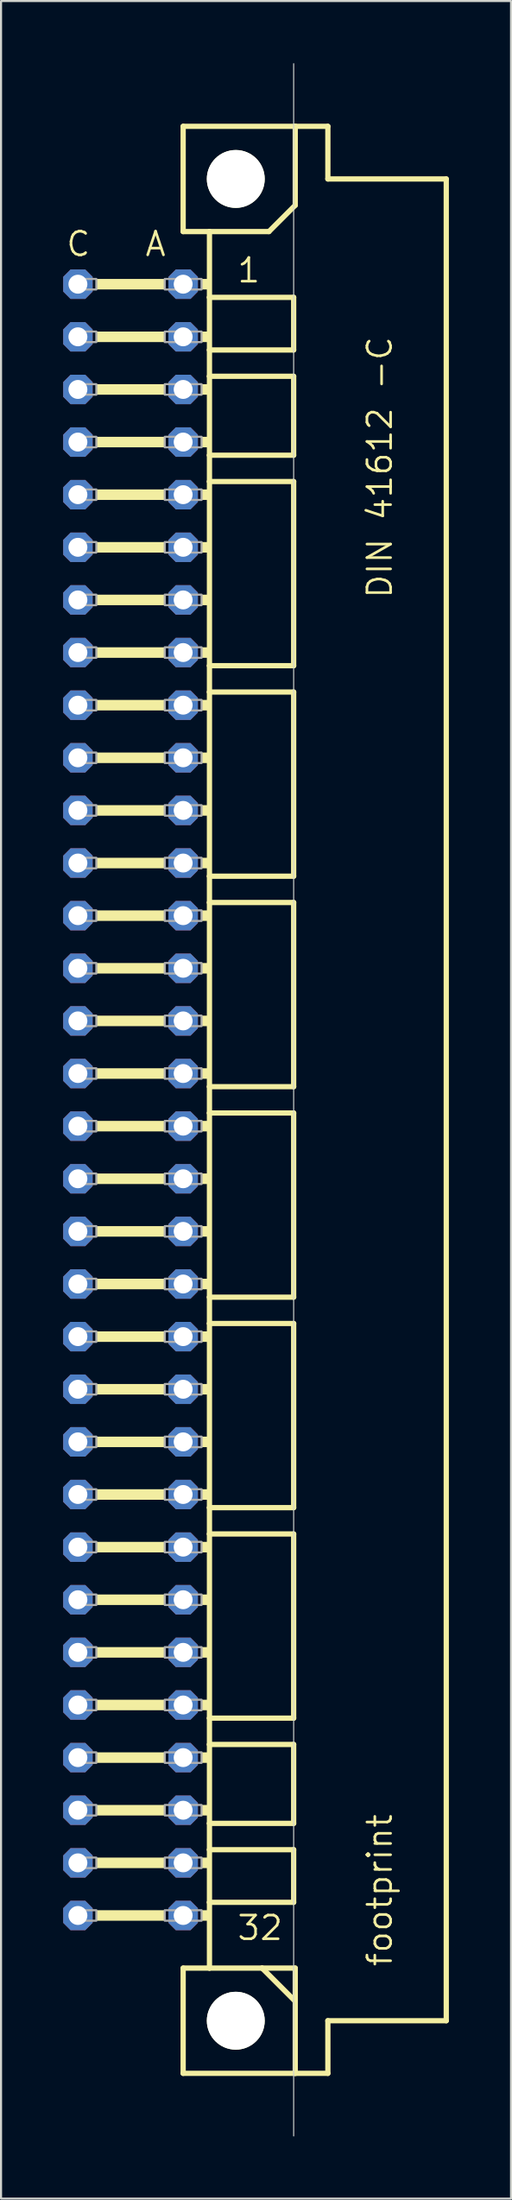
<source format=kicad_pcb>
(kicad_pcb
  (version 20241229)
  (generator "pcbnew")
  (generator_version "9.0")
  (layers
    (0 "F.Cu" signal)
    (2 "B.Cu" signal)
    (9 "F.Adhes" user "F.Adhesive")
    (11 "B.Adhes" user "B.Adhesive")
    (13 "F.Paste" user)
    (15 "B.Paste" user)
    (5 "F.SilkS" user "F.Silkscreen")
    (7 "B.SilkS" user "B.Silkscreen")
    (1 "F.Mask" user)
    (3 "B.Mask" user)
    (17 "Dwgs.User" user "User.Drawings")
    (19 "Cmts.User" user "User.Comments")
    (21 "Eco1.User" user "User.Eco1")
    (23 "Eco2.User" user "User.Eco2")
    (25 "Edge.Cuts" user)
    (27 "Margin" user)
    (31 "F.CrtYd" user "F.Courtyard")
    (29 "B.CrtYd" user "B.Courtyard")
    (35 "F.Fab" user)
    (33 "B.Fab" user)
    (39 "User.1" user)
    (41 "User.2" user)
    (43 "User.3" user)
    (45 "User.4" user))
  (footprint "footprint"
    (layer "F.Cu")
    (at 8.331 50.038)
    (property "Reference" "footprint" (at 7.62 41.91 90) (layer "F.SilkS") (effects (font (size 1.143 1.143) (thickness 0.127)) (justify left bottom)))
    (fp_line (start -2.54 -46.99) (end -2.54 -41.91) (stroke (width 0.254) (type solid)) (layer "F.SilkS"))
    (fp_line (start -2.54 -41.91) (end -1.27 -41.91) (stroke (width 0.254) (type solid)) (layer "F.SilkS"))
    (fp_line (start -2.54 41.91) (end -2.54 46.99) (stroke (width 0.254) (type solid)) (layer "F.SilkS"))
    (fp_line (start -2.54 41.91) (end -1.27 41.91) (stroke (width 0.254) (type solid)) (layer "F.SilkS"))
    (fp_line (start -2.54 46.99) (end 2.87 46.99) (stroke (width 0.254) (type solid)) (layer "F.SilkS"))
    (fp_line (start -1.27 -41.91) (end -1.27 -38.735) (stroke (width 0.254) (type solid)) (layer "F.SilkS"))
    (fp_line (start -1.27 -41.91) (end 1.6 -41.91) (stroke (width 0.254) (type solid)) (layer "F.SilkS"))
    (fp_line (start -1.27 -38.735) (end -1.27 -36.195) (stroke (width 0.254) (type solid)) (layer "F.SilkS"))
    (fp_line (start -1.27 -36.195) (end -1.27 -34.925) (stroke (width 0.254) (type solid)) (layer "F.SilkS"))
    (fp_line (start -1.27 -34.925) (end -1.27 -31.115) (stroke (width 0.254) (type solid)) (layer "F.SilkS"))
    (fp_line (start -1.27 -31.115) (end -1.27 -29.845) (stroke (width 0.254) (type solid)) (layer "F.SilkS"))
    (fp_line (start -1.27 -29.845) (end -1.27 -20.955) (stroke (width 0.254) (type solid)) (layer "F.SilkS"))
    (fp_line (start -1.27 -20.955) (end -1.27 -19.685) (stroke (width 0.254) (type solid)) (layer "F.SilkS"))
    (fp_line (start -1.27 -19.685) (end -1.27 -10.795) (stroke (width 0.254) (type solid)) (layer "F.SilkS"))
    (fp_line (start -1.27 -10.795) (end -1.27 -9.525) (stroke (width 0.254) (type solid)) (layer "F.SilkS"))
    (fp_line (start -1.27 -9.525) (end -1.27 -0.635) (stroke (width 0.254) (type solid)) (layer "F.SilkS"))
    (fp_line (start -1.27 -0.635) (end -1.27 0.635) (stroke (width 0.254) (type solid)) (layer "F.SilkS"))
    (fp_line (start -1.27 0.635) (end -1.27 9.525) (stroke (width 0.254) (type solid)) (layer "F.SilkS"))
    (fp_line (start -1.27 9.525) (end -1.27 10.795) (stroke (width 0.254) (type solid)) (layer "F.SilkS"))
    (fp_line (start -1.27 10.795) (end -1.27 19.685) (stroke (width 0.254) (type solid)) (layer "F.SilkS"))
    (fp_line (start -1.27 19.685) (end -1.27 20.955) (stroke (width 0.254) (type solid)) (layer "F.SilkS"))
    (fp_line (start -1.27 20.955) (end -1.27 29.845) (stroke (width 0.254) (type solid)) (layer "F.SilkS"))
    (fp_line (start -1.27 29.845) (end -1.27 31.115) (stroke (width 0.254) (type solid)) (layer "F.SilkS"))
    (fp_line (start -1.27 31.115) (end -1.27 34.925) (stroke (width 0.254) (type solid)) (layer "F.SilkS"))
    (fp_line (start -1.27 34.925) (end -1.27 36.195) (stroke (width 0.254) (type solid)) (layer "F.SilkS"))
    (fp_line (start -1.27 36.195) (end -1.27 38.735) (stroke (width 0.254) (type solid)) (layer "F.SilkS"))
    (fp_line (start -1.27 38.735) (end -1.27 41.91) (stroke (width 0.254) (type solid)) (layer "F.SilkS"))
    (fp_line (start -1.27 41.91) (end 1.27 41.91) (stroke (width 0.254) (type solid)) (layer "F.SilkS"))
    (fp_line (start 1.27 41.91) (end 2.87 41.91) (stroke (width 0.254) (type solid)) (layer "F.SilkS"))
    (fp_line (start 1.6 -41.91) (end 2.87 -43.18) (stroke (width 0.254) (type solid)) (layer "F.SilkS"))
    (fp_line (start 2.794 -38.735) (end -1.27 -38.735) (stroke (width 0.254) (type solid)) (layer "F.SilkS"))
    (fp_line (start 2.794 -38.735) (end 2.794 -36.195) (stroke (width 0.254) (type solid)) (layer "F.SilkS"))
    (fp_line (start 2.794 -36.195) (end -1.27 -36.195) (stroke (width 0.254) (type solid)) (layer "F.SilkS"))
    (fp_line (start 2.794 -34.925) (end -1.27 -34.925) (stroke (width 0.254) (type solid)) (layer "F.SilkS"))
    (fp_line (start 2.794 -34.925) (end 2.794 -31.115) (stroke (width 0.254) (type solid)) (layer "F.SilkS"))
    (fp_line (start 2.794 -31.115) (end -1.27 -31.115) (stroke (width 0.254) (type solid)) (layer "F.SilkS"))
    (fp_line (start 2.794 -29.845) (end -1.27 -29.845) (stroke (width 0.254) (type solid)) (layer "F.SilkS"))
    (fp_line (start 2.794 -29.845) (end 2.794 -20.955) (stroke (width 0.254) (type solid)) (layer "F.SilkS"))
    (fp_line (start 2.794 -20.955) (end -1.27 -20.955) (stroke (width 0.254) (type solid)) (layer "F.SilkS"))
    (fp_line (start 2.794 -19.685) (end -1.27 -19.685) (stroke (width 0.254) (type solid)) (layer "F.SilkS"))
    (fp_line (start 2.794 -19.685) (end 2.794 -10.795) (stroke (width 0.254) (type solid)) (layer "F.SilkS"))
    (fp_line (start 2.794 -10.795) (end -1.27 -10.795) (stroke (width 0.254) (type solid)) (layer "F.SilkS"))
    (fp_line (start 2.794 -9.525) (end -1.27 -9.525) (stroke (width 0.254) (type solid)) (layer "F.SilkS"))
    (fp_line (start 2.794 -9.525) (end 2.794 -0.635) (stroke (width 0.254) (type solid)) (layer "F.SilkS"))
    (fp_line (start 2.794 -0.635) (end -1.27 -0.635) (stroke (width 0.254) (type solid)) (layer "F.SilkS"))
    (fp_line (start 2.794 0.635) (end -1.27 0.635) (stroke (width 0.254) (type solid)) (layer "F.SilkS"))
    (fp_line (start 2.794 0.635) (end 2.794 9.525) (stroke (width 0.254) (type solid)) (layer "F.SilkS"))
    (fp_line (start 2.794 9.525) (end -1.27 9.525) (stroke (width 0.254) (type solid)) (layer "F.SilkS"))
    (fp_line (start 2.794 10.795) (end -1.27 10.795) (stroke (width 0.254) (type solid)) (layer "F.SilkS"))
    (fp_line (start 2.794 10.795) (end 2.794 19.685) (stroke (width 0.254) (type solid)) (layer "F.SilkS"))
    (fp_line (start 2.794 19.685) (end -1.27 19.685) (stroke (width 0.254) (type solid)) (layer "F.SilkS"))
    (fp_line (start 2.794 20.955) (end -1.27 20.955) (stroke (width 0.254) (type solid)) (layer "F.SilkS"))
    (fp_line (start 2.794 20.955) (end 2.794 29.845) (stroke (width 0.254) (type solid)) (layer "F.SilkS"))
    (fp_line (start 2.794 29.845) (end -1.27 29.845) (stroke (width 0.254) (type solid)) (layer "F.SilkS"))
    (fp_line (start 2.794 31.115) (end -1.27 31.115) (stroke (width 0.254) (type solid)) (layer "F.SilkS"))
    (fp_line (start 2.794 31.115) (end 2.794 34.925) (stroke (width 0.254) (type solid)) (layer "F.SilkS"))
    (fp_line (start 2.794 34.925) (end -1.27 34.925) (stroke (width 0.254) (type solid)) (layer "F.SilkS"))
    (fp_line (start 2.794 36.195) (end -1.27 36.195) (stroke (width 0.254) (type solid)) (layer "F.SilkS"))
    (fp_line (start 2.794 36.195) (end 2.794 38.735) (stroke (width 0.254) (type solid)) (layer "F.SilkS"))
    (fp_line (start 2.794 38.735) (end -1.27 38.735) (stroke (width 0.254) (type solid)) (layer "F.SilkS"))
    (fp_line (start 2.87 -46.99) (end -2.54 -46.99) (stroke (width 0.254) (type solid)) (layer "F.SilkS"))
    (fp_line (start 2.87 -43.18) (end 2.87 -46.99) (stroke (width 0.254) (type solid)) (layer "F.SilkS"))
    (fp_line (start 2.87 41.91) (end 2.87 43.51) (stroke (width 0.254) (type solid)) (layer "F.SilkS"))
    (fp_line (start 2.87 43.51) (end 1.27 41.91) (stroke (width 0.254) (type solid)) (layer "F.SilkS"))
    (fp_line (start 2.87 43.51) (end 2.87 46.99) (stroke (width 0.254) (type solid)) (layer "F.SilkS"))
    (fp_line (start 2.87 46.99) (end 4.445 46.99) (stroke (width 0.254) (type solid)) (layer "F.SilkS"))
    (fp_line (start 4.445 -46.99) (end 2.87 -46.99) (stroke (width 0.254) (type solid)) (layer "F.SilkS"))
    (fp_line (start 4.445 -44.45) (end 4.445 -46.99) (stroke (width 0.254) (type solid)) (layer "F.SilkS"))
    (fp_line (start 4.445 44.45) (end 10.16 44.45) (stroke (width 0.254) (type solid)) (layer "F.SilkS"))
    (fp_line (start 4.445 46.99) (end 4.445 44.45) (stroke (width 0.254) (type solid)) (layer "F.SilkS"))
    (fp_line (start 10.16 -44.45) (end 4.445 -44.45) (stroke (width 0.254) (type solid)) (layer "F.SilkS"))
    (fp_line (start 10.16 44.45) (end 10.16 -44.45) (stroke (width 0.254) (type solid)) (layer "F.SilkS"))
    (fp_circle (center 0 -44.45) (end 1.27 -44.45) (stroke (width 0.254) (type solid)) (fill no) (layer "F.SilkS"))
    (fp_circle (center 0 44.45) (end 1.27 44.45) (stroke (width 0.254) (type solid)) (fill no) (layer "F.SilkS"))
    (fp_poly (pts (xy -6.731 -39.116) (xy -3.429 -39.116) (xy -3.429 -39.624) (xy -6.731 -39.624)) (stroke (width 0) (type solid)) (fill yes) (layer "F.SilkS"))
    (fp_poly (pts (xy -6.731 -36.576) (xy -3.429 -36.576) (xy -3.429 -37.084) (xy -6.731 -37.084)) (stroke (width 0) (type solid)) (fill yes) (layer "F.SilkS"))
    (fp_poly (pts (xy -6.731 -34.036) (xy -3.429 -34.036) (xy -3.429 -34.544) (xy -6.731 -34.544)) (stroke (width 0) (type solid)) (fill yes) (layer "F.SilkS"))
    (fp_poly (pts (xy -6.731 -31.496) (xy -3.429 -31.496) (xy -3.429 -32.004) (xy -6.731 -32.004)) (stroke (width 0) (type solid)) (fill yes) (layer "F.SilkS"))
    (fp_poly (pts (xy -6.731 -28.956) (xy -3.429 -28.956) (xy -3.429 -29.464) (xy -6.731 -29.464)) (stroke (width 0) (type solid)) (fill yes) (layer "F.SilkS"))
    (fp_poly (pts (xy -6.731 -26.416) (xy -3.429 -26.416) (xy -3.429 -26.924) (xy -6.731 -26.924)) (stroke (width 0) (type solid)) (fill yes) (layer "F.SilkS"))
    (fp_poly (pts (xy -6.731 -23.876) (xy -3.429 -23.876) (xy -3.429 -24.384) (xy -6.731 -24.384)) (stroke (width 0) (type solid)) (fill yes) (layer "F.SilkS"))
    (fp_poly (pts (xy -6.731 -21.336) (xy -3.429 -21.336) (xy -3.429 -21.844) (xy -6.731 -21.844)) (stroke (width 0) (type solid)) (fill yes) (layer "F.SilkS"))
    (fp_poly (pts (xy -6.731 -18.796) (xy -3.429 -18.796) (xy -3.429 -19.304) (xy -6.731 -19.304)) (stroke (width 0) (type solid)) (fill yes) (layer "F.SilkS"))
    (fp_poly (pts (xy -6.731 -16.256) (xy -3.429 -16.256) (xy -3.429 -16.764) (xy -6.731 -16.764)) (stroke (width 0) (type solid)) (fill yes) (layer "F.SilkS"))
    (fp_poly (pts (xy -6.731 -13.716) (xy -3.429 -13.716) (xy -3.429 -14.224) (xy -6.731 -14.224)) (stroke (width 0) (type solid)) (fill yes) (layer "F.SilkS"))
    (fp_poly (pts (xy -6.731 -11.176) (xy -3.429 -11.176) (xy -3.429 -11.684) (xy -6.731 -11.684)) (stroke (width 0) (type solid)) (fill yes) (layer "F.SilkS"))
    (fp_poly (pts (xy -6.731 -8.636) (xy -3.429 -8.636) (xy -3.429 -9.144) (xy -6.731 -9.144)) (stroke (width 0) (type solid)) (fill yes) (layer "F.SilkS"))
    (fp_poly (pts (xy -6.731 -6.096) (xy -3.429 -6.096) (xy -3.429 -6.604) (xy -6.731 -6.604)) (stroke (width 0) (type solid)) (fill yes) (layer "F.SilkS"))
    (fp_poly (pts (xy -6.731 -3.556) (xy -3.429 -3.556) (xy -3.429 -4.064) (xy -6.731 -4.064)) (stroke (width 0) (type solid)) (fill yes) (layer "F.SilkS"))
    (fp_poly (pts (xy -6.731 -1.016) (xy -3.429 -1.016) (xy -3.429 -1.524) (xy -6.731 -1.524)) (stroke (width 0) (type solid)) (fill yes) (layer "F.SilkS"))
    (fp_poly (pts (xy -6.731 1.524) (xy -3.429 1.524) (xy -3.429 1.016) (xy -6.731 1.016)) (stroke (width 0) (type solid)) (fill yes) (layer "F.SilkS"))
    (fp_poly (pts (xy -6.731 4.064) (xy -3.429 4.064) (xy -3.429 3.556) (xy -6.731 3.556)) (stroke (width 0) (type solid)) (fill yes) (layer "F.SilkS"))
    (fp_poly (pts (xy -6.731 6.604) (xy -3.429 6.604) (xy -3.429 6.096) (xy -6.731 6.096)) (stroke (width 0) (type solid)) (fill yes) (layer "F.SilkS"))
    (fp_poly (pts (xy -6.731 9.144) (xy -3.429 9.144) (xy -3.429 8.636) (xy -6.731 8.636)) (stroke (width 0) (type solid)) (fill yes) (layer "F.SilkS"))
    (fp_poly (pts (xy -6.731 11.684) (xy -3.429 11.684) (xy -3.429 11.176) (xy -6.731 11.176)) (stroke (width 0) (type solid)) (fill yes) (layer "F.SilkS"))
    (fp_poly (pts (xy -6.731 14.224) (xy -3.429 14.224) (xy -3.429 13.716) (xy -6.731 13.716)) (stroke (width 0) (type solid)) (fill yes) (layer "F.SilkS"))
    (fp_poly (pts (xy -6.731 16.764) (xy -3.429 16.764) (xy -3.429 16.256) (xy -6.731 16.256)) (stroke (width 0) (type solid)) (fill yes) (layer "F.SilkS"))
    (fp_poly (pts (xy -6.731 19.304) (xy -3.429 19.304) (xy -3.429 18.796) (xy -6.731 18.796)) (stroke (width 0) (type solid)) (fill yes) (layer "F.SilkS"))
    (fp_poly (pts (xy -6.731 21.844) (xy -3.429 21.844) (xy -3.429 21.336) (xy -6.731 21.336)) (stroke (width 0) (type solid)) (fill yes) (layer "F.SilkS"))
    (fp_poly (pts (xy -6.731 24.384) (xy -3.429 24.384) (xy -3.429 23.876) (xy -6.731 23.876)) (stroke (width 0) (type solid)) (fill yes) (layer "F.SilkS"))
    (fp_poly (pts (xy -6.731 26.924) (xy -3.429 26.924) (xy -3.429 26.416) (xy -6.731 26.416)) (stroke (width 0) (type solid)) (fill yes) (layer "F.SilkS"))
    (fp_poly (pts (xy -6.731 29.464) (xy -3.429 29.464) (xy -3.429 28.956) (xy -6.731 28.956)) (stroke (width 0) (type solid)) (fill yes) (layer "F.SilkS"))
    (fp_poly (pts (xy -6.731 32.004) (xy -3.429 32.004) (xy -3.429 31.496) (xy -6.731 31.496)) (stroke (width 0) (type solid)) (fill yes) (layer "F.SilkS"))
    (fp_poly (pts (xy -6.731 34.544) (xy -3.429 34.544) (xy -3.429 34.036) (xy -6.731 34.036)) (stroke (width 0) (type solid)) (fill yes) (layer "F.SilkS"))
    (fp_poly (pts (xy -6.731 37.084) (xy -3.429 37.084) (xy -3.429 36.576) (xy -6.731 36.576)) (stroke (width 0) (type solid)) (fill yes) (layer "F.SilkS"))
    (fp_poly (pts (xy -6.731 39.624) (xy -3.429 39.624) (xy -3.429 39.116) (xy -6.731 39.116)) (stroke (width 0) (type solid)) (fill yes) (layer "F.SilkS"))
    (fp_poly (pts (xy -1.651 -39.116) (xy -1.27 -39.116) (xy -1.27 -39.624) (xy -1.651 -39.624)) (stroke (width 0) (type solid)) (fill yes) (layer "F.SilkS"))
    (fp_poly (pts (xy -1.651 -36.576) (xy -1.27 -36.576) (xy -1.27 -37.084) (xy -1.651 -37.084)) (stroke (width 0) (type solid)) (fill yes) (layer "F.SilkS"))
    (fp_poly (pts (xy -1.651 -34.036) (xy -1.27 -34.036) (xy -1.27 -34.544) (xy -1.651 -34.544)) (stroke (width 0) (type solid)) (fill yes) (layer "F.SilkS"))
    (fp_poly (pts (xy -1.651 -31.496) (xy -1.27 -31.496) (xy -1.27 -32.004) (xy -1.651 -32.004)) (stroke (width 0) (type solid)) (fill yes) (layer "F.SilkS"))
    (fp_poly (pts (xy -1.651 -28.956) (xy -1.27 -28.956) (xy -1.27 -29.464) (xy -1.651 -29.464)) (stroke (width 0) (type solid)) (fill yes) (layer "F.SilkS"))
    (fp_poly (pts (xy -1.651 -26.416) (xy -1.27 -26.416) (xy -1.27 -26.924) (xy -1.651 -26.924)) (stroke (width 0) (type solid)) (fill yes) (layer "F.SilkS"))
    (fp_poly (pts (xy -1.651 -23.876) (xy -1.27 -23.876) (xy -1.27 -24.384) (xy -1.651 -24.384)) (stroke (width 0) (type solid)) (fill yes) (layer "F.SilkS"))
    (fp_poly (pts (xy -1.651 -21.336) (xy -1.27 -21.336) (xy -1.27 -21.844) (xy -1.651 -21.844)) (stroke (width 0) (type solid)) (fill yes) (layer "F.SilkS"))
    (fp_poly (pts (xy -1.651 -18.796) (xy -1.27 -18.796) (xy -1.27 -19.304) (xy -1.651 -19.304)) (stroke (width 0) (type solid)) (fill yes) (layer "F.SilkS"))
    (fp_poly (pts (xy -1.651 -16.256) (xy -1.27 -16.256) (xy -1.27 -16.764) (xy -1.651 -16.764)) (stroke (width 0) (type solid)) (fill yes) (layer "F.SilkS"))
    (fp_poly (pts (xy -1.651 -13.716) (xy -1.27 -13.716) (xy -1.27 -14.224) (xy -1.651 -14.224)) (stroke (width 0) (type solid)) (fill yes) (layer "F.SilkS"))
    (fp_poly (pts (xy -1.651 -11.176) (xy -1.27 -11.176) (xy -1.27 -11.684) (xy -1.651 -11.684)) (stroke (width 0) (type solid)) (fill yes) (layer "F.SilkS"))
    (fp_poly (pts (xy -1.651 -8.636) (xy -1.27 -8.636) (xy -1.27 -9.144) (xy -1.651 -9.144)) (stroke (width 0) (type solid)) (fill yes) (layer "F.SilkS"))
    (fp_poly (pts (xy -1.651 -6.096) (xy -1.27 -6.096) (xy -1.27 -6.604) (xy -1.651 -6.604)) (stroke (width 0) (type solid)) (fill yes) (layer "F.SilkS"))
    (fp_poly (pts (xy -1.651 -3.556) (xy -1.27 -3.556) (xy -1.27 -4.064) (xy -1.651 -4.064)) (stroke (width 0) (type solid)) (fill yes) (layer "F.SilkS"))
    (fp_poly (pts (xy -1.651 -1.016) (xy -1.27 -1.016) (xy -1.27 -1.524) (xy -1.651 -1.524)) (stroke (width 0) (type solid)) (fill yes) (layer "F.SilkS"))
    (fp_poly (pts (xy -1.651 1.524) (xy -1.27 1.524) (xy -1.27 1.016) (xy -1.651 1.016)) (stroke (width 0) (type solid)) (fill yes) (layer "F.SilkS"))
    (fp_poly (pts (xy -1.651 4.064) (xy -1.27 4.064) (xy -1.27 3.556) (xy -1.651 3.556)) (stroke (width 0) (type solid)) (fill yes) (layer "F.SilkS"))
    (fp_poly (pts (xy -1.651 6.604) (xy -1.27 6.604) (xy -1.27 6.096) (xy -1.651 6.096)) (stroke (width 0) (type solid)) (fill yes) (layer "F.SilkS"))
    (fp_poly (pts (xy -1.651 9.144) (xy -1.27 9.144) (xy -1.27 8.636) (xy -1.651 8.636)) (stroke (width 0) (type solid)) (fill yes) (layer "F.SilkS"))
    (fp_poly (pts (xy -1.651 11.684) (xy -1.27 11.684) (xy -1.27 11.176) (xy -1.651 11.176)) (stroke (width 0) (type solid)) (fill yes) (layer "F.SilkS"))
    (fp_poly (pts (xy -1.651 14.224) (xy -1.27 14.224) (xy -1.27 13.716) (xy -1.651 13.716)) (stroke (width 0) (type solid)) (fill yes) (layer "F.SilkS"))
    (fp_poly (pts (xy -1.651 16.764) (xy -1.27 16.764) (xy -1.27 16.256) (xy -1.651 16.256)) (stroke (width 0) (type solid)) (fill yes) (layer "F.SilkS"))
    (fp_poly (pts (xy -1.651 19.304) (xy -1.27 19.304) (xy -1.27 18.796) (xy -1.651 18.796)) (stroke (width 0) (type solid)) (fill yes) (layer "F.SilkS"))
    (fp_poly (pts (xy -1.651 21.844) (xy -1.27 21.844) (xy -1.27 21.336) (xy -1.651 21.336)) (stroke (width 0) (type solid)) (fill yes) (layer "F.SilkS"))
    (fp_poly (pts (xy -1.651 24.384) (xy -1.27 24.384) (xy -1.27 23.876) (xy -1.651 23.876)) (stroke (width 0) (type solid)) (fill yes) (layer "F.SilkS"))
    (fp_poly (pts (xy -1.651 26.924) (xy -1.27 26.924) (xy -1.27 26.416) (xy -1.651 26.416)) (stroke (width 0) (type solid)) (fill yes) (layer "F.SilkS"))
    (fp_poly (pts (xy -1.651 29.464) (xy -1.27 29.464) (xy -1.27 28.956) (xy -1.651 28.956)) (stroke (width 0) (type solid)) (fill yes) (layer "F.SilkS"))
    (fp_poly (pts (xy -1.651 32.004) (xy -1.27 32.004) (xy -1.27 31.496) (xy -1.651 31.496)) (stroke (width 0) (type solid)) (fill yes) (layer "F.SilkS"))
    (fp_poly (pts (xy -1.651 34.544) (xy -1.27 34.544) (xy -1.27 34.036) (xy -1.651 34.036)) (stroke (width 0) (type solid)) (fill yes) (layer "F.SilkS"))
    (fp_poly (pts (xy -1.651 37.084) (xy -1.27 37.084) (xy -1.27 36.576) (xy -1.651 36.576)) (stroke (width 0) (type solid)) (fill yes) (layer "F.SilkS"))
    (fp_poly (pts (xy -1.651 39.624) (xy -1.27 39.624) (xy -1.27 39.116) (xy -1.651 39.116)) (stroke (width 0) (type solid)) (fill yes) (layer "F.SilkS"))
    (fp_line (start 2.794 50.013) (end 2.794 -50.013) (stroke (width 0.05) (type solid)) (layer "Edge.Cuts"))
    (fp_poly (pts (xy -7.874 -39.116) (xy -6.731 -39.116) (xy -6.731 -39.624) (xy -7.874 -39.624)) (stroke (width 0.1) (type solid)) (fill no) (layer "F.Fab"))
    (fp_poly (pts (xy -7.874 -36.576) (xy -6.731 -36.576) (xy -6.731 -37.084) (xy -7.874 -37.084)) (stroke (width 0.1) (type solid)) (fill no) (layer "F.Fab"))
    (fp_poly (pts (xy -7.874 -34.036) (xy -6.731 -34.036) (xy -6.731 -34.544) (xy -7.874 -34.544)) (stroke (width 0.1) (type solid)) (fill no) (layer "F.Fab"))
    (fp_poly (pts (xy -7.874 -31.496) (xy -6.731 -31.496) (xy -6.731 -32.004) (xy -7.874 -32.004)) (stroke (width 0.1) (type solid)) (fill no) (layer "F.Fab"))
    (fp_poly (pts (xy -7.874 -28.956) (xy -6.731 -28.956) (xy -6.731 -29.464) (xy -7.874 -29.464)) (stroke (width 0.1) (type solid)) (fill no) (layer "F.Fab"))
    (fp_poly (pts (xy -7.874 -26.416) (xy -6.731 -26.416) (xy -6.731 -26.924) (xy -7.874 -26.924)) (stroke (width 0.1) (type solid)) (fill no) (layer "F.Fab"))
    (fp_poly (pts (xy -7.874 -23.876) (xy -6.731 -23.876) (xy -6.731 -24.384) (xy -7.874 -24.384)) (stroke (width 0.1) (type solid)) (fill no) (layer "F.Fab"))
    (fp_poly (pts (xy -7.874 -21.336) (xy -6.731 -21.336) (xy -6.731 -21.844) (xy -7.874 -21.844)) (stroke (width 0.1) (type solid)) (fill no) (layer "F.Fab"))
    (fp_poly (pts (xy -7.874 -18.796) (xy -6.731 -18.796) (xy -6.731 -19.304) (xy -7.874 -19.304)) (stroke (width 0.1) (type solid)) (fill no) (layer "F.Fab"))
    (fp_poly (pts (xy -7.874 -16.256) (xy -6.731 -16.256) (xy -6.731 -16.764) (xy -7.874 -16.764)) (stroke (width 0.1) (type solid)) (fill no) (layer "F.Fab"))
    (fp_poly (pts (xy -7.874 -13.716) (xy -6.731 -13.716) (xy -6.731 -14.224) (xy -7.874 -14.224)) (stroke (width 0.1) (type solid)) (fill no) (layer "F.Fab"))
    (fp_poly (pts (xy -7.874 -11.176) (xy -6.731 -11.176) (xy -6.731 -11.684) (xy -7.874 -11.684)) (stroke (width 0.1) (type solid)) (fill no) (layer "F.Fab"))
    (fp_poly (pts (xy -7.874 -8.636) (xy -6.731 -8.636) (xy -6.731 -9.144) (xy -7.874 -9.144)) (stroke (width 0.1) (type solid)) (fill no) (layer "F.Fab"))
    (fp_poly (pts (xy -7.874 -6.096) (xy -6.731 -6.096) (xy -6.731 -6.604) (xy -7.874 -6.604)) (stroke (width 0.1) (type solid)) (fill no) (layer "F.Fab"))
    (fp_poly (pts (xy -7.874 -3.556) (xy -6.731 -3.556) (xy -6.731 -4.064) (xy -7.874 -4.064)) (stroke (width 0.1) (type solid)) (fill no) (layer "F.Fab"))
    (fp_poly (pts (xy -7.874 -1.016) (xy -6.731 -1.016) (xy -6.731 -1.524) (xy -7.874 -1.524)) (stroke (width 0.1) (type solid)) (fill no) (layer "F.Fab"))
    (fp_poly (pts (xy -7.874 1.524) (xy -6.731 1.524) (xy -6.731 1.016) (xy -7.874 1.016)) (stroke (width 0.1) (type solid)) (fill no) (layer "F.Fab"))
    (fp_poly (pts (xy -7.874 4.064) (xy -6.731 4.064) (xy -6.731 3.556) (xy -7.874 3.556)) (stroke (width 0.1) (type solid)) (fill no) (layer "F.Fab"))
    (fp_poly (pts (xy -7.874 6.604) (xy -6.731 6.604) (xy -6.731 6.096) (xy -7.874 6.096)) (stroke (width 0.1) (type solid)) (fill no) (layer "F.Fab"))
    (fp_poly (pts (xy -7.874 9.144) (xy -6.731 9.144) (xy -6.731 8.636) (xy -7.874 8.636)) (stroke (width 0.1) (type solid)) (fill no) (layer "F.Fab"))
    (fp_poly (pts (xy -7.874 11.684) (xy -6.731 11.684) (xy -6.731 11.176) (xy -7.874 11.176)) (stroke (width 0.1) (type solid)) (fill no) (layer "F.Fab"))
    (fp_poly (pts (xy -7.874 14.224) (xy -6.731 14.224) (xy -6.731 13.716) (xy -7.874 13.716)) (stroke (width 0.1) (type solid)) (fill no) (layer "F.Fab"))
    (fp_poly (pts (xy -7.874 16.764) (xy -6.731 16.764) (xy -6.731 16.256) (xy -7.874 16.256)) (stroke (width 0.1) (type solid)) (fill no) (layer "F.Fab"))
    (fp_poly (pts (xy -7.874 19.304) (xy -6.731 19.304) (xy -6.731 18.796) (xy -7.874 18.796)) (stroke (width 0.1) (type solid)) (fill no) (layer "F.Fab"))
    (fp_poly (pts (xy -7.874 21.844) (xy -6.731 21.844) (xy -6.731 21.336) (xy -7.874 21.336)) (stroke (width 0.1) (type solid)) (fill no) (layer "F.Fab"))
    (fp_poly (pts (xy -7.874 24.384) (xy -6.731 24.384) (xy -6.731 23.876) (xy -7.874 23.876)) (stroke (width 0.1) (type solid)) (fill no) (layer "F.Fab"))
    (fp_poly (pts (xy -7.874 26.924) (xy -6.731 26.924) (xy -6.731 26.416) (xy -7.874 26.416)) (stroke (width 0.1) (type solid)) (fill no) (layer "F.Fab"))
    (fp_poly (pts (xy -7.874 29.464) (xy -6.731 29.464) (xy -6.731 28.956) (xy -7.874 28.956)) (stroke (width 0.1) (type solid)) (fill no) (layer "F.Fab"))
    (fp_poly (pts (xy -7.874 32.004) (xy -6.731 32.004) (xy -6.731 31.496) (xy -7.874 31.496)) (stroke (width 0.1) (type solid)) (fill no) (layer "F.Fab"))
    (fp_poly (pts (xy -7.874 34.544) (xy -6.731 34.544) (xy -6.731 34.036) (xy -7.874 34.036)) (stroke (width 0.1) (type solid)) (fill no) (layer "F.Fab"))
    (fp_poly (pts (xy -7.874 37.084) (xy -6.731 37.084) (xy -6.731 36.576) (xy -7.874 36.576)) (stroke (width 0.1) (type solid)) (fill no) (layer "F.Fab"))
    (fp_poly (pts (xy -7.874 39.624) (xy -6.731 39.624) (xy -6.731 39.116) (xy -7.874 39.116)) (stroke (width 0.1) (type solid)) (fill no) (layer "F.Fab"))
    (fp_poly (pts (xy -3.429 -39.116) (xy -1.651 -39.116) (xy -1.651 -39.624) (xy -3.429 -39.624)) (stroke (width 0.1) (type solid)) (fill no) (layer "F.Fab"))
    (fp_poly (pts (xy -3.429 -36.576) (xy -1.651 -36.576) (xy -1.651 -37.084) (xy -3.429 -37.084)) (stroke (width 0.1) (type solid)) (fill no) (layer "F.Fab"))
    (fp_poly (pts (xy -3.429 -34.036) (xy -1.651 -34.036) (xy -1.651 -34.544) (xy -3.429 -34.544)) (stroke (width 0.1) (type solid)) (fill no) (layer "F.Fab"))
    (fp_poly (pts (xy -3.429 -31.496) (xy -1.651 -31.496) (xy -1.651 -32.004) (xy -3.429 -32.004)) (stroke (width 0.1) (type solid)) (fill no) (layer "F.Fab"))
    (fp_poly (pts (xy -3.429 -28.956) (xy -1.651 -28.956) (xy -1.651 -29.464) (xy -3.429 -29.464)) (stroke (width 0.1) (type solid)) (fill no) (layer "F.Fab"))
    (fp_poly (pts (xy -3.429 -26.416) (xy -1.651 -26.416) (xy -1.651 -26.924) (xy -3.429 -26.924)) (stroke (width 0.1) (type solid)) (fill no) (layer "F.Fab"))
    (fp_poly (pts (xy -3.429 -23.876) (xy -1.651 -23.876) (xy -1.651 -24.384) (xy -3.429 -24.384)) (stroke (width 0.1) (type solid)) (fill no) (layer "F.Fab"))
    (fp_poly (pts (xy -3.429 -21.336) (xy -1.651 -21.336) (xy -1.651 -21.844) (xy -3.429 -21.844)) (stroke (width 0.1) (type solid)) (fill no) (layer "F.Fab"))
    (fp_poly (pts (xy -3.429 -18.796) (xy -1.651 -18.796) (xy -1.651 -19.304) (xy -3.429 -19.304)) (stroke (width 0.1) (type solid)) (fill no) (layer "F.Fab"))
    (fp_poly (pts (xy -3.429 -16.256) (xy -1.651 -16.256) (xy -1.651 -16.764) (xy -3.429 -16.764)) (stroke (width 0.1) (type solid)) (fill no) (layer "F.Fab"))
    (fp_poly (pts (xy -3.429 -13.716) (xy -1.651 -13.716) (xy -1.651 -14.224) (xy -3.429 -14.224)) (stroke (width 0.1) (type solid)) (fill no) (layer "F.Fab"))
    (fp_poly (pts (xy -3.429 -11.176) (xy -1.651 -11.176) (xy -1.651 -11.684) (xy -3.429 -11.684)) (stroke (width 0.1) (type solid)) (fill no) (layer "F.Fab"))
    (fp_poly (pts (xy -3.429 -8.636) (xy -1.651 -8.636) (xy -1.651 -9.144) (xy -3.429 -9.144)) (stroke (width 0.1) (type solid)) (fill no) (layer "F.Fab"))
    (fp_poly (pts (xy -3.429 -6.096) (xy -1.651 -6.096) (xy -1.651 -6.604) (xy -3.429 -6.604)) (stroke (width 0.1) (type solid)) (fill no) (layer "F.Fab"))
    (fp_poly (pts (xy -3.429 -3.556) (xy -1.651 -3.556) (xy -1.651 -4.064) (xy -3.429 -4.064)) (stroke (width 0.1) (type solid)) (fill no) (layer "F.Fab"))
    (fp_poly (pts (xy -3.429 -1.016) (xy -1.651 -1.016) (xy -1.651 -1.524) (xy -3.429 -1.524)) (stroke (width 0.1) (type solid)) (fill no) (layer "F.Fab"))
    (fp_poly (pts (xy -3.429 1.524) (xy -1.651 1.524) (xy -1.651 1.016) (xy -3.429 1.016)) (stroke (width 0.1) (type solid)) (fill no) (layer "F.Fab"))
    (fp_poly (pts (xy -3.429 4.064) (xy -1.651 4.064) (xy -1.651 3.556) (xy -3.429 3.556)) (stroke (width 0.1) (type solid)) (fill no) (layer "F.Fab"))
    (fp_poly (pts (xy -3.429 6.604) (xy -1.651 6.604) (xy -1.651 6.096) (xy -3.429 6.096)) (stroke (width 0.1) (type solid)) (fill no) (layer "F.Fab"))
    (fp_poly (pts (xy -3.429 9.144) (xy -1.651 9.144) (xy -1.651 8.636) (xy -3.429 8.636)) (stroke (width 0.1) (type solid)) (fill no) (layer "F.Fab"))
    (fp_poly (pts (xy -3.429 11.684) (xy -1.651 11.684) (xy -1.651 11.176) (xy -3.429 11.176)) (stroke (width 0.1) (type solid)) (fill no) (layer "F.Fab"))
    (fp_poly (pts (xy -3.429 14.224) (xy -1.651 14.224) (xy -1.651 13.716) (xy -3.429 13.716)) (stroke (width 0.1) (type solid)) (fill no) (layer "F.Fab"))
    (fp_poly (pts (xy -3.429 16.764) (xy -1.651 16.764) (xy -1.651 16.256) (xy -3.429 16.256)) (stroke (width 0.1) (type solid)) (fill no) (layer "F.Fab"))
    (fp_poly (pts (xy -3.429 19.304) (xy -1.651 19.304) (xy -1.651 18.796) (xy -3.429 18.796)) (stroke (width 0.1) (type solid)) (fill no) (layer "F.Fab"))
    (fp_poly (pts (xy -3.429 21.844) (xy -1.651 21.844) (xy -1.651 21.336) (xy -3.429 21.336)) (stroke (width 0.1) (type solid)) (fill no) (layer "F.Fab"))
    (fp_poly (pts (xy -3.429 24.384) (xy -1.651 24.384) (xy -1.651 23.876) (xy -3.429 23.876)) (stroke (width 0.1) (type solid)) (fill no) (layer "F.Fab"))
    (fp_poly (pts (xy -3.429 26.924) (xy -1.651 26.924) (xy -1.651 26.416) (xy -3.429 26.416)) (stroke (width 0.1) (type solid)) (fill no) (layer "F.Fab"))
    (fp_poly (pts (xy -3.429 29.464) (xy -1.651 29.464) (xy -1.651 28.956) (xy -3.429 28.956)) (stroke (width 0.1) (type solid)) (fill no) (layer "F.Fab"))
    (fp_poly (pts (xy -3.429 32.004) (xy -1.651 32.004) (xy -1.651 31.496) (xy -3.429 31.496)) (stroke (width 0.1) (type solid)) (fill no) (layer "F.Fab"))
    (fp_poly (pts (xy -3.429 34.544) (xy -1.651 34.544) (xy -1.651 34.036) (xy -3.429 34.036)) (stroke (width 0.1) (type solid)) (fill no) (layer "F.Fab"))
    (fp_poly (pts (xy -3.429 37.084) (xy -1.651 37.084) (xy -1.651 36.576) (xy -3.429 36.576)) (stroke (width 0.1) (type solid)) (fill no) (layer "F.Fab"))
    (fp_poly (pts (xy -3.429 39.624) (xy -1.651 39.624) (xy -1.651 39.116) (xy -3.429 39.116)) (stroke (width 0.1) (type solid)) (fill no) (layer "F.Fab"))
    (fp_text user "32" (at 0 40.64 0) (layer "F.SilkS") (effects (font (size 1.143 1.143) (thickness 0.127)) (justify left bottom)))
    (fp_text user "A" (at -4.445 -40.64 0) (layer "F.SilkS") (effects (font (size 1.143 1.143) (thickness 0.127)) (justify left bottom)))
    (fp_text user "1" (at 0 -39.37 0) (layer "F.SilkS") (effects (font (size 1.143 1.143) (thickness 0.127)) (justify left bottom)))
    (fp_text user "DIN 41612 -C" (at 7.62 -24.13 90) (layer "F.SilkS") (effects (font (size 1.143 1.143) (thickness 0.127)) (justify left bottom)))
    (fp_text user "C" (at -8.255 -40.64 0) (layer "F.SilkS") (effects (font (size 1.143 1.143) (thickness 0.127)) (justify left bottom)))
    (pad "" np_thru_hole circle (at 0 -44.45) (size 2.794 2.794) (drill 2.794) (layers "*.Cu" "*.Mask"))
    (pad "" np_thru_hole circle (at 0 44.45) (size 2.794 2.794) (drill 2.794) (layers "*.Cu" "*.Mask"))
    (pad "+5V" thru_hole roundrect (at -2.54 -39.37) (size 1.422 1.422) (drill 0.914) (layers "*.Cu" "*.Mask") (roundrect_rratio 0.25) (chamfer_ratio 0.25) (chamfer top_left top_right bottom_left bottom_right))
    (pad "+5V@1" thru_hole roundrect (at -7.62 -39.37) (size 1.422 1.422) (drill 0.914) (layers "*.Cu" "*.Mask") (roundrect_rratio 0.25) (chamfer_ratio 0.25) (chamfer top_left top_right bottom_left bottom_right))
    (pad "10C" thru_hole roundrect (at -7.62 -16.51) (size 1.422 1.422) (drill 0.914) (layers "*.Cu" "*.Mask") (roundrect_rratio 0.25) (chamfer_ratio 0.25) (chamfer top_left top_right bottom_left bottom_right))
    (pad "11C" thru_hole roundrect (at -7.62 -13.97) (size 1.422 1.422) (drill 0.914) (layers "*.Cu" "*.Mask") (roundrect_rratio 0.25) (chamfer_ratio 0.25) (chamfer top_left top_right bottom_left bottom_right))
    (pad "12A" thru_hole roundrect (at -2.54 -11.43) (size 1.422 1.422) (drill 0.914) (layers "*.Cu" "*.Mask") (roundrect_rratio 0.25) (chamfer_ratio 0.25) (chamfer top_left top_right bottom_left bottom_right))
    (pad "12C" thru_hole roundrect (at -7.62 -11.43) (size 1.422 1.422) (drill 0.914) (layers "*.Cu" "*.Mask") (roundrect_rratio 0.25) (chamfer_ratio 0.25) (chamfer top_left top_right bottom_left bottom_right))
    (pad "13A" thru_hole roundrect (at -2.54 -8.89) (size 1.422 1.422) (drill 0.914) (layers "*.Cu" "*.Mask") (roundrect_rratio 0.25) (chamfer_ratio 0.25) (chamfer top_left top_right bottom_left bottom_right))
    (pad "13C" thru_hole roundrect (at -7.62 -8.89) (size 1.422 1.422) (drill 0.914) (layers "*.Cu" "*.Mask") (roundrect_rratio 0.25) (chamfer_ratio 0.25) (chamfer top_left top_right bottom_left bottom_right))
    (pad "14A" thru_hole roundrect (at -2.54 -6.35) (size 1.422 1.422) (drill 0.914) (layers "*.Cu" "*.Mask") (roundrect_rratio 0.25) (chamfer_ratio 0.25) (chamfer top_left top_right bottom_left bottom_right))
    (pad "15A" thru_hole roundrect (at -2.54 -3.81) (size 1.422 1.422) (drill 0.914) (layers "*.Cu" "*.Mask") (roundrect_rratio 0.25) (chamfer_ratio 0.25) (chamfer top_left top_right bottom_left bottom_right))
    (pad "15C" thru_hole roundrect (at -7.62 -3.81) (size 1.422 1.422) (drill 0.914) (layers "*.Cu" "*.Mask") (roundrect_rratio 0.25) (chamfer_ratio 0.25) (chamfer top_left top_right bottom_left bottom_right))
    (pad "16A" thru_hole roundrect (at -2.54 -1.27) (size 1.422 1.422) (drill 0.914) (layers "*.Cu" "*.Mask") (roundrect_rratio 0.25) (chamfer_ratio 0.25) (chamfer top_left top_right bottom_left bottom_right))
    (pad "16C" thru_hole roundrect (at -7.62 -1.27) (size 1.422 1.422) (drill 0.914) (layers "*.Cu" "*.Mask") (roundrect_rratio 0.25) (chamfer_ratio 0.25) (chamfer top_left top_right bottom_left bottom_right))
    (pad "17A" thru_hole roundrect (at -2.54 1.27) (size 1.422 1.422) (drill 0.914) (layers "*.Cu" "*.Mask") (roundrect_rratio 0.25) (chamfer_ratio 0.25) (chamfer top_left top_right bottom_left bottom_right))
    (pad "19A" thru_hole roundrect (at -2.54 6.35) (size 1.422 1.422) (drill 0.914) (layers "*.Cu" "*.Mask") (roundrect_rratio 0.25) (chamfer_ratio 0.25) (chamfer top_left top_right bottom_left bottom_right))
    (pad "19C" thru_hole roundrect (at -7.62 6.35) (size 1.422 1.422) (drill 0.914) (layers "*.Cu" "*.Mask") (roundrect_rratio 0.25) (chamfer_ratio 0.25) (chamfer top_left top_right bottom_left bottom_right))
    (pad "21A" thru_hole roundrect (at -2.54 11.43) (size 1.422 1.422) (drill 0.914) (layers "*.Cu" "*.Mask") (roundrect_rratio 0.25) (chamfer_ratio 0.25) (chamfer top_left top_right bottom_left bottom_right))
    (pad "22A" thru_hole roundrect (at -2.54 13.97) (size 1.422 1.422) (drill 0.914) (layers "*.Cu" "*.Mask") (roundrect_rratio 0.25) (chamfer_ratio 0.25) (chamfer top_left top_right bottom_left bottom_right))
    (pad "23A" thru_hole roundrect (at -2.54 16.51) (size 1.422 1.422) (drill 0.914) (layers "*.Cu" "*.Mask") (roundrect_rratio 0.25) (chamfer_ratio 0.25) (chamfer top_left top_right bottom_left bottom_right))
    (pad "23C" thru_hole roundrect (at -7.62 16.51) (size 1.422 1.422) (drill 0.914) (layers "*.Cu" "*.Mask") (roundrect_rratio 0.25) (chamfer_ratio 0.25) (chamfer top_left top_right bottom_left bottom_right))
    (pad "24A" thru_hole roundrect (at -2.54 19.05) (size 1.422 1.422) (drill 0.914) (layers "*.Cu" "*.Mask") (roundrect_rratio 0.25) (chamfer_ratio 0.25) (chamfer top_left top_right bottom_left bottom_right))
    (pad "25A" thru_hole roundrect (at -2.54 21.59) (size 1.422 1.422) (drill 0.914) (layers "*.Cu" "*.Mask") (roundrect_rratio 0.25) (chamfer_ratio 0.25) (chamfer top_left top_right bottom_left bottom_right))
    (pad "26A" thru_hole roundrect (at -2.54 24.13) (size 1.422 1.422) (drill 0.914) (layers "*.Cu" "*.Mask") (roundrect_rratio 0.25) (chamfer_ratio 0.25) (chamfer top_left top_right bottom_left bottom_right))
    (pad "26C" thru_hole roundrect (at -7.62 24.13) (size 1.422 1.422) (drill 0.914) (layers "*.Cu" "*.Mask") (roundrect_rratio 0.25) (chamfer_ratio 0.25) (chamfer top_left top_right bottom_left bottom_right))
    (pad "A0" thru_hole roundrect (at -7.62 -29.21) (size 1.422 1.422) (drill 0.914) (layers "*.Cu" "*.Mask") (roundrect_rratio 0.25) (chamfer_ratio 0.25) (chamfer top_left top_right bottom_left bottom_right))
    (pad "A1" thru_hole roundrect (at -7.62 -24.13) (size 1.422 1.422) (drill 0.914) (layers "*.Cu" "*.Mask") (roundrect_rratio 0.25) (chamfer_ratio 0.25) (chamfer top_left top_right bottom_left bottom_right))
    (pad "A2" thru_hole roundrect (at -2.54 -26.67) (size 1.422 1.422) (drill 0.914) (layers "*.Cu" "*.Mask") (roundrect_rratio 0.25) (chamfer_ratio 0.25) (chamfer top_left top_right bottom_left bottom_right))
    (pad "A3" thru_hole roundrect (at -7.62 -26.67) (size 1.422 1.422) (drill 0.914) (layers "*.Cu" "*.Mask") (roundrect_rratio 0.25) (chamfer_ratio 0.25) (chamfer top_left top_right bottom_left bottom_right))
    (pad "A4" thru_hole roundrect (at -2.54 -24.13) (size 1.422 1.422) (drill 0.914) (layers "*.Cu" "*.Mask") (roundrect_rratio 0.25) (chamfer_ratio 0.25) (chamfer top_left top_right bottom_left bottom_right))
    (pad "A5" thru_hole roundrect (at -2.54 -21.59) (size 1.422 1.422) (drill 0.914) (layers "*.Cu" "*.Mask") (roundrect_rratio 0.25) (chamfer_ratio 0.25) (chamfer top_left top_right bottom_left bottom_right))
    (pad "A6" thru_hole roundrect (at -2.54 -19.05) (size 1.422 1.422) (drill 0.914) (layers "*.Cu" "*.Mask") (roundrect_rratio 0.25) (chamfer_ratio 0.25) (chamfer top_left top_right bottom_left bottom_right))
    (pad "A7" thru_hole roundrect (at -7.62 -19.05) (size 1.422 1.422) (drill 0.914) (layers "*.Cu" "*.Mask") (roundrect_rratio 0.25) (chamfer_ratio 0.25) (chamfer top_left top_right bottom_left bottom_right))
    (pad "A8" thru_hole roundrect (at -7.62 -21.59) (size 1.422 1.422) (drill 0.914) (layers "*.Cu" "*.Mask") (roundrect_rratio 0.25) (chamfer_ratio 0.25) (chamfer top_left top_right bottom_left bottom_right))
    (pad "A9" thru_hole roundrect (at -2.54 34.29) (size 1.422 1.422) (drill 0.914) (layers "*.Cu" "*.Mask") (roundrect_rratio 0.25) (chamfer_ratio 0.25) (chamfer top_left top_right bottom_left bottom_right))
    (pad "A10" thru_hole roundrect (at -7.62 3.81) (size 1.422 1.422) (drill 0.914) (layers "*.Cu" "*.Mask") (roundrect_rratio 0.25) (chamfer_ratio 0.25) (chamfer top_left top_right bottom_left bottom_right))
    (pad "A11" thru_hole roundrect (at -7.62 1.27) (size 1.422 1.422) (drill 0.914) (layers "*.Cu" "*.Mask") (roundrect_rratio 0.25) (chamfer_ratio 0.25) (chamfer top_left top_right bottom_left bottom_right))
    (pad "A12" thru_hole roundrect (at -7.62 26.67) (size 1.422 1.422) (drill 0.914) (layers "*.Cu" "*.Mask") (roundrect_rratio 0.25) (chamfer_ratio 0.25) (chamfer top_left top_right bottom_left bottom_right))
    (pad "A13" thru_hole roundrect (at -2.54 31.75) (size 1.422 1.422) (drill 0.914) (layers "*.Cu" "*.Mask") (roundrect_rratio 0.25) (chamfer_ratio 0.25) (chamfer top_left top_right bottom_left bottom_right))
    (pad "A14" thru_hole roundrect (at -2.54 3.81) (size 1.422 1.422) (drill 0.914) (layers "*.Cu" "*.Mask") (roundrect_rratio 0.25) (chamfer_ratio 0.25) (chamfer top_left top_right bottom_left bottom_right))
    (pad "A15" thru_hole roundrect (at -7.62 29.21) (size 1.422 1.422) (drill 0.914) (layers "*.Cu" "*.Mask") (roundrect_rratio 0.25) (chamfer_ratio 0.25) (chamfer top_left top_right bottom_left bottom_right))
    (pad "BUSAK" thru_hole roundrect (at -2.54 36.83) (size 1.422 1.422) (drill 0.914) (layers "*.Cu" "*.Mask") (roundrect_rratio 0.25) (chamfer_ratio 0.25) (chamfer top_left top_right bottom_left bottom_right))
    (pad "BUSRQ" thru_hole roundrect (at -2.54 -13.97) (size 1.422 1.422) (drill 0.914) (layers "*.Cu" "*.Mask") (roundrect_rratio 0.25) (chamfer_ratio 0.25) (chamfer top_left top_right bottom_left bottom_right))
    (pad "CLK" thru_hole roundrect (at -7.62 31.75) (size 1.422 1.422) (drill 0.914) (layers "*.Cu" "*.Mask") (roundrect_rratio 0.25) (chamfer_ratio 0.25) (chamfer top_left top_right bottom_left bottom_right))
    (pad "D0" thru_hole roundrect (at -7.62 -36.83) (size 1.422 1.422) (drill 0.914) (layers "*.Cu" "*.Mask") (roundrect_rratio 0.25) (chamfer_ratio 0.25) (chamfer top_left top_right bottom_left bottom_right))
    (pad "D1" thru_hole roundrect (at -7.62 -6.35) (size 1.422 1.422) (drill 0.914) (layers "*.Cu" "*.Mask") (roundrect_rratio 0.25) (chamfer_ratio 0.25) (chamfer top_left top_right bottom_left bottom_right))
    (pad "D2" thru_hole roundrect (at -7.62 -31.75) (size 1.422 1.422) (drill 0.914) (layers "*.Cu" "*.Mask") (roundrect_rratio 0.25) (chamfer_ratio 0.25) (chamfer top_left top_right bottom_left bottom_right))
    (pad "D3" thru_hole roundrect (at -2.54 -31.75) (size 1.422 1.422) (drill 0.914) (layers "*.Cu" "*.Mask") (roundrect_rratio 0.25) (chamfer_ratio 0.25) (chamfer top_left top_right bottom_left bottom_right))
    (pad "D4" thru_hole roundrect (at -2.54 -29.21) (size 1.422 1.422) (drill 0.914) (layers "*.Cu" "*.Mask") (roundrect_rratio 0.25) (chamfer_ratio 0.25) (chamfer top_left top_right bottom_left bottom_right))
    (pad "D5" thru_hole roundrect (at -2.54 -36.83) (size 1.422 1.422) (drill 0.914) (layers "*.Cu" "*.Mask") (roundrect_rratio 0.25) (chamfer_ratio 0.25) (chamfer top_left top_right bottom_left bottom_right))
    (pad "D6" thru_hole roundrect (at -2.54 -34.29) (size 1.422 1.422) (drill 0.914) (layers "*.Cu" "*.Mask") (roundrect_rratio 0.25) (chamfer_ratio 0.25) (chamfer top_left top_right bottom_left bottom_right))
    (pad "D7" thru_hole roundrect (at -7.62 -34.29) (size 1.422 1.422) (drill 0.914) (layers "*.Cu" "*.Mask") (roundrect_rratio 0.25) (chamfer_ratio 0.25) (chamfer top_left top_right bottom_left bottom_right))
    (pad "GND" thru_hole roundrect (at -2.54 39.37) (size 1.422 1.422) (drill 0.914) (layers "*.Cu" "*.Mask") (roundrect_rratio 0.25) (chamfer_ratio 0.25) (chamfer top_left top_right bottom_left bottom_right))
    (pad "GND@1" thru_hole roundrect (at -7.62 39.37) (size 1.422 1.422) (drill 0.914) (layers "*.Cu" "*.Mask") (roundrect_rratio 0.25) (chamfer_ratio 0.25) (chamfer top_left top_right bottom_left bottom_right))
    (pad "HALT" thru_hole roundrect (at -7.62 21.59) (size 1.422 1.422) (drill 0.914) (layers "*.Cu" "*.Mask") (roundrect_rratio 0.25) (chamfer_ratio 0.25) (chamfer top_left top_right bottom_left bottom_right))
    (pad "INT" thru_hole roundrect (at -7.62 11.43) (size 1.422 1.422) (drill 0.914) (layers "*.Cu" "*.Mask") (roundrect_rratio 0.25) (chamfer_ratio 0.25) (chamfer top_left top_right bottom_left bottom_right))
    (pad "IORQ" thru_hole roundrect (at -2.54 26.67) (size 1.422 1.422) (drill 0.914) (layers "*.Cu" "*.Mask") (roundrect_rratio 0.25) (chamfer_ratio 0.25) (chamfer top_left top_right bottom_left bottom_right))
    (pad "M1" thru_hole roundrect (at -2.54 8.89) (size 1.422 1.422) (drill 0.914) (layers "*.Cu" "*.Mask") (roundrect_rratio 0.25) (chamfer_ratio 0.25) (chamfer top_left top_right bottom_left bottom_right))
    (pad "MREQ" thru_hole roundrect (at -7.62 34.29) (size 1.422 1.422) (drill 0.914) (layers "*.Cu" "*.Mask") (roundrect_rratio 0.25) (chamfer_ratio 0.25) (chamfer top_left top_right bottom_left bottom_right))
    (pad "NMI" thru_hole roundrect (at -7.62 8.89) (size 1.422 1.422) (drill 0.914) (layers "*.Cu" "*.Mask") (roundrect_rratio 0.25) (chamfer_ratio 0.25) (chamfer top_left top_right bottom_left bottom_right))
    (pad "RD" thru_hole roundrect (at -7.62 19.05) (size 1.422 1.422) (drill 0.914) (layers "*.Cu" "*.Mask") (roundrect_rratio 0.25) (chamfer_ratio 0.25) (chamfer top_left top_right bottom_left bottom_right))
    (pad "RESET" thru_hole roundrect (at -7.62 36.83) (size 1.422 1.422) (drill 0.914) (layers "*.Cu" "*.Mask") (roundrect_rratio 0.25) (chamfer_ratio 0.25) (chamfer top_left top_right bottom_left bottom_right))
    (pad "RFSH" thru_hole roundrect (at -2.54 29.21) (size 1.422 1.422) (drill 0.914) (layers "*.Cu" "*.Mask") (roundrect_rratio 0.25) (chamfer_ratio 0.25) (chamfer top_left top_right bottom_left bottom_right))
    (pad "WAIT" thru_hole roundrect (at -2.54 -16.51) (size 1.422 1.422) (drill 0.914) (layers "*.Cu" "*.Mask") (roundrect_rratio 0.25) (chamfer_ratio 0.25) (chamfer top_left top_right bottom_left bottom_right))
    (pad "WR" thru_hole roundrect (at -7.62 13.97) (size 1.422 1.422) (drill 0.914) (layers "*.Cu" "*.Mask") (roundrect_rratio 0.25) (chamfer_ratio 0.25) (chamfer top_left top_right bottom_left bottom_right))
    (zone (net_name "") (layers "F.Cu" "B.Cu") (hatch edge 0.508) (connect_pads) (min_thickness 0.254) (filled_areas_thickness no) (keepout (tracks allowed) (vias not_allowed) (pads allowed) (copperpour allowed) (footprints allowed)) (placement (enabled no)) (fill) (polygon (pts (xy 11.506 5.588) (xy 11.458 5.036) (xy 11.315 4.502) (xy 11.081 4) (xy 10.763 3.547) (xy 10.372 3.155) (xy 9.919 2.838) (xy 9.417 2.604) (xy 8.883 2.461) (xy 8.331 2.413) (xy 7.78 2.461) (xy 7.245 2.604) (xy 6.744 2.838) (xy 6.29 3.155) (xy 5.899 3.547) (xy 5.582 4) (xy 5.348 4.502) (xy 5.204 5.036) (xy 5.156 5.588) (xy 5.204 6.139) (xy 5.348 6.674) (xy 5.582 7.175) (xy 5.899 7.628) (xy 6.29 8.02) (xy 6.744 8.337) (xy 7.245 8.571) (xy 7.78 8.714) (xy 8.331 8.763) (xy 8.883 8.714) (xy 9.417 8.571) (xy 9.919 8.337) (xy 10.372 8.02) (xy 10.763 7.628) (xy 11.081 7.175) (xy 11.315 6.674) (xy 11.458 6.139))) (polygon (pts (xy 9.728 5.588) (xy 9.707 5.345) (xy 9.644 5.11) (xy 9.541 4.889) (xy 9.401 4.69) (xy 9.229 4.517) (xy 9.03 4.378) (xy 8.809 4.275) (xy 8.574 4.212) (xy 8.331 4.191) (xy 8.089 4.212) (xy 7.853 4.275) (xy 7.633 4.378) (xy 7.433 4.517) (xy 7.261 4.69) (xy 7.121 4.889) (xy 7.018 5.11) (xy 6.955 5.345) (xy 6.934 5.588) (xy 6.955 5.83) (xy 7.018 6.065) (xy 7.121 6.286) (xy 7.261 6.486) (xy 7.433 6.658) (xy 7.633 6.797) (xy 7.853 6.9) (xy 8.089 6.963) (xy 8.331 6.985) (xy 8.574 6.963) (xy 8.809 6.9) (xy 9.03 6.797) (xy 9.229 6.658) (xy 9.401 6.486) (xy 9.541 6.286) (xy 9.644 6.065) (xy 9.707 5.83))))
    (zone (net_name "") (layers "F.Cu" "B.Cu") (hatch edge 0.508) (connect_pads) (min_thickness 0.254) (filled_areas_thickness no) (keepout (tracks allowed) (vias not_allowed) (pads allowed) (copperpour allowed) (footprints allowed)) (placement (enabled no)) (fill) (polygon (pts (xy 11.506 94.488) (xy 11.458 93.936) (xy 11.315 93.402) (xy 11.081 92.9) (xy 10.763 92.447) (xy 10.372 92.055) (xy 9.919 91.738) (xy 9.417 91.504) (xy 8.883 91.361) (xy 8.331 91.313) (xy 7.78 91.361) (xy 7.245 91.504) (xy 6.744 91.738) (xy 6.29 92.055) (xy 5.899 92.447) (xy 5.582 92.9) (xy 5.348 93.402) (xy 5.204 93.936) (xy 5.156 94.488) (xy 5.204 95.039) (xy 5.348 95.574) (xy 5.582 96.075) (xy 5.899 96.528) (xy 6.29 96.92) (xy 6.744 97.237) (xy 7.245 97.471) (xy 7.78 97.614) (xy 8.331 97.663) (xy 8.883 97.614) (xy 9.417 97.471) (xy 9.919 97.237) (xy 10.372 96.92) (xy 10.763 96.528) (xy 11.081 96.075) (xy 11.315 95.574) (xy 11.458 95.039))) (polygon (pts (xy 9.728 94.488) (xy 9.707 94.245) (xy 9.644 94.01) (xy 9.541 93.789) (xy 9.401 93.59) (xy 9.229 93.417) (xy 9.03 93.278) (xy 8.809 93.175) (xy 8.574 93.112) (xy 8.331 93.091) (xy 8.089 93.112) (xy 7.853 93.175) (xy 7.633 93.278) (xy 7.433 93.417) (xy 7.261 93.59) (xy 7.121 93.789) (xy 7.018 94.01) (xy 6.955 94.245) (xy 6.934 94.488) (xy 6.955 94.73) (xy 7.018 94.965) (xy 7.121 95.186) (xy 7.261 95.386) (xy 7.433 95.558) (xy 7.633 95.697) (xy 7.853 95.8) (xy 8.089 95.863) (xy 8.331 95.885) (xy 8.574 95.863) (xy 8.809 95.8) (xy 9.03 95.697) (xy 9.229 95.558) (xy 9.401 95.386) (xy 9.541 95.186) (xy 9.644 94.965) (xy 9.707 94.73))))
    (zone (net_name "") (layer "B.Cu") (hatch edge 0.508) (connect_pads) (min_thickness 0.254) (filled_areas_thickness no) (keepout (tracks not_allowed) (vias not_allowed) (pads not_allowed) (copperpour not_allowed) (footprints allowed)) (placement (enabled no)) (fill) (polygon (pts (xy 11.506 5.588) (xy 11.458 5.036) (xy 11.315 4.502) (xy 11.081 4) (xy 10.763 3.547) (xy 10.372 3.155) (xy 9.919 2.838) (xy 9.417 2.604) (xy 8.883 2.461) (xy 8.331 2.413) (xy 7.78 2.461) (xy 7.245 2.604) (xy 6.744 2.838) (xy 6.29 3.155) (xy 5.899 3.547) (xy 5.582 4) (xy 5.348 4.502) (xy 5.204 5.036) (xy 5.156 5.588) (xy 5.204 6.139) (xy 5.348 6.674) (xy 5.582 7.175) (xy 5.899 7.628) (xy 6.29 8.02) (xy 6.744 8.337) (xy 7.245 8.571) (xy 7.78 8.714) (xy 8.331 8.763) (xy 8.883 8.714) (xy 9.417 8.571) (xy 9.919 8.337) (xy 10.372 8.02) (xy 10.763 7.628) (xy 11.081 7.175) (xy 11.315 6.674) (xy 11.458 6.139))) (polygon (pts (xy 9.728 5.588) (xy 9.707 5.345) (xy 9.644 5.11) (xy 9.541 4.889) (xy 9.401 4.69) (xy 9.229 4.517) (xy 9.03 4.378) (xy 8.809 4.275) (xy 8.574 4.212) (xy 8.331 4.191) (xy 8.089 4.212) (xy 7.853 4.275) (xy 7.633 4.378) (xy 7.433 4.517) (xy 7.261 4.69) (xy 7.121 4.889) (xy 7.018 5.11) (xy 6.955 5.345) (xy 6.934 5.588) (xy 6.955 5.83) (xy 7.018 6.065) (xy 7.121 6.286) (xy 7.261 6.486) (xy 7.433 6.658) (xy 7.633 6.797) (xy 7.853 6.9) (xy 8.089 6.963) (xy 8.331 6.985) (xy 8.574 6.963) (xy 8.809 6.9) (xy 9.03 6.797) (xy 9.229 6.658) (xy 9.401 6.486) (xy 9.541 6.286) (xy 9.644 6.065) (xy 9.707 5.83))))
    (zone (net_name "") (layer "B.Cu") (hatch edge 0.508) (connect_pads) (min_thickness 0.254) (filled_areas_thickness no) (keepout (tracks not_allowed) (vias not_allowed) (pads not_allowed) (copperpour not_allowed) (footprints allowed)) (placement (enabled no)) (fill) (polygon (pts (xy 11.506 94.488) (xy 11.458 93.936) (xy 11.315 93.402) (xy 11.081 92.9) (xy 10.763 92.447) (xy 10.372 92.055) (xy 9.919 91.738) (xy 9.417 91.504) (xy 8.883 91.361) (xy 8.331 91.313) (xy 7.78 91.361) (xy 7.245 91.504) (xy 6.744 91.738) (xy 6.29 92.055) (xy 5.899 92.447) (xy 5.582 92.9) (xy 5.348 93.402) (xy 5.204 93.936) (xy 5.156 94.488) (xy 5.204 95.039) (xy 5.348 95.574) (xy 5.582 96.075) (xy 5.899 96.528) (xy 6.29 96.92) (xy 6.744 97.237) (xy 7.245 97.471) (xy 7.78 97.614) (xy 8.331 97.663) (xy 8.883 97.614) (xy 9.417 97.471) (xy 9.919 97.237) (xy 10.372 96.92) (xy 10.763 96.528) (xy 11.081 96.075) (xy 11.315 95.574) (xy 11.458 95.039))) (polygon (pts (xy 9.728 94.488) (xy 9.707 94.245) (xy 9.644 94.01) (xy 9.541 93.789) (xy 9.401 93.59) (xy 9.229 93.417) (xy 9.03 93.278) (xy 8.809 93.175) (xy 8.574 93.112) (xy 8.331 93.091) (xy 8.089 93.112) (xy 7.853 93.175) (xy 7.633 93.278) (xy 7.433 93.417) (xy 7.261 93.59) (xy 7.121 93.789) (xy 7.018 94.01) (xy 6.955 94.245) (xy 6.934 94.488) (xy 6.955 94.73) (xy 7.018 94.965) (xy 7.121 95.186) (xy 7.261 95.386) (xy 7.433 95.558) (xy 7.633 95.697) (xy 7.853 95.8) (xy 8.089 95.863) (xy 8.331 95.885) (xy 8.574 95.863) (xy 8.809 95.8) (xy 9.03 95.697) (xy 9.229 95.558) (xy 9.401 95.386) (xy 9.541 95.186) (xy 9.644 94.965) (xy 9.707 94.73)))))
  (gr_rect
    (start -3 -3)
    (end 21.618 103.075)
    (stroke (width 0.1) (type default))
    (fill no)
    (layer "Edge.Cuts")))
</source>
